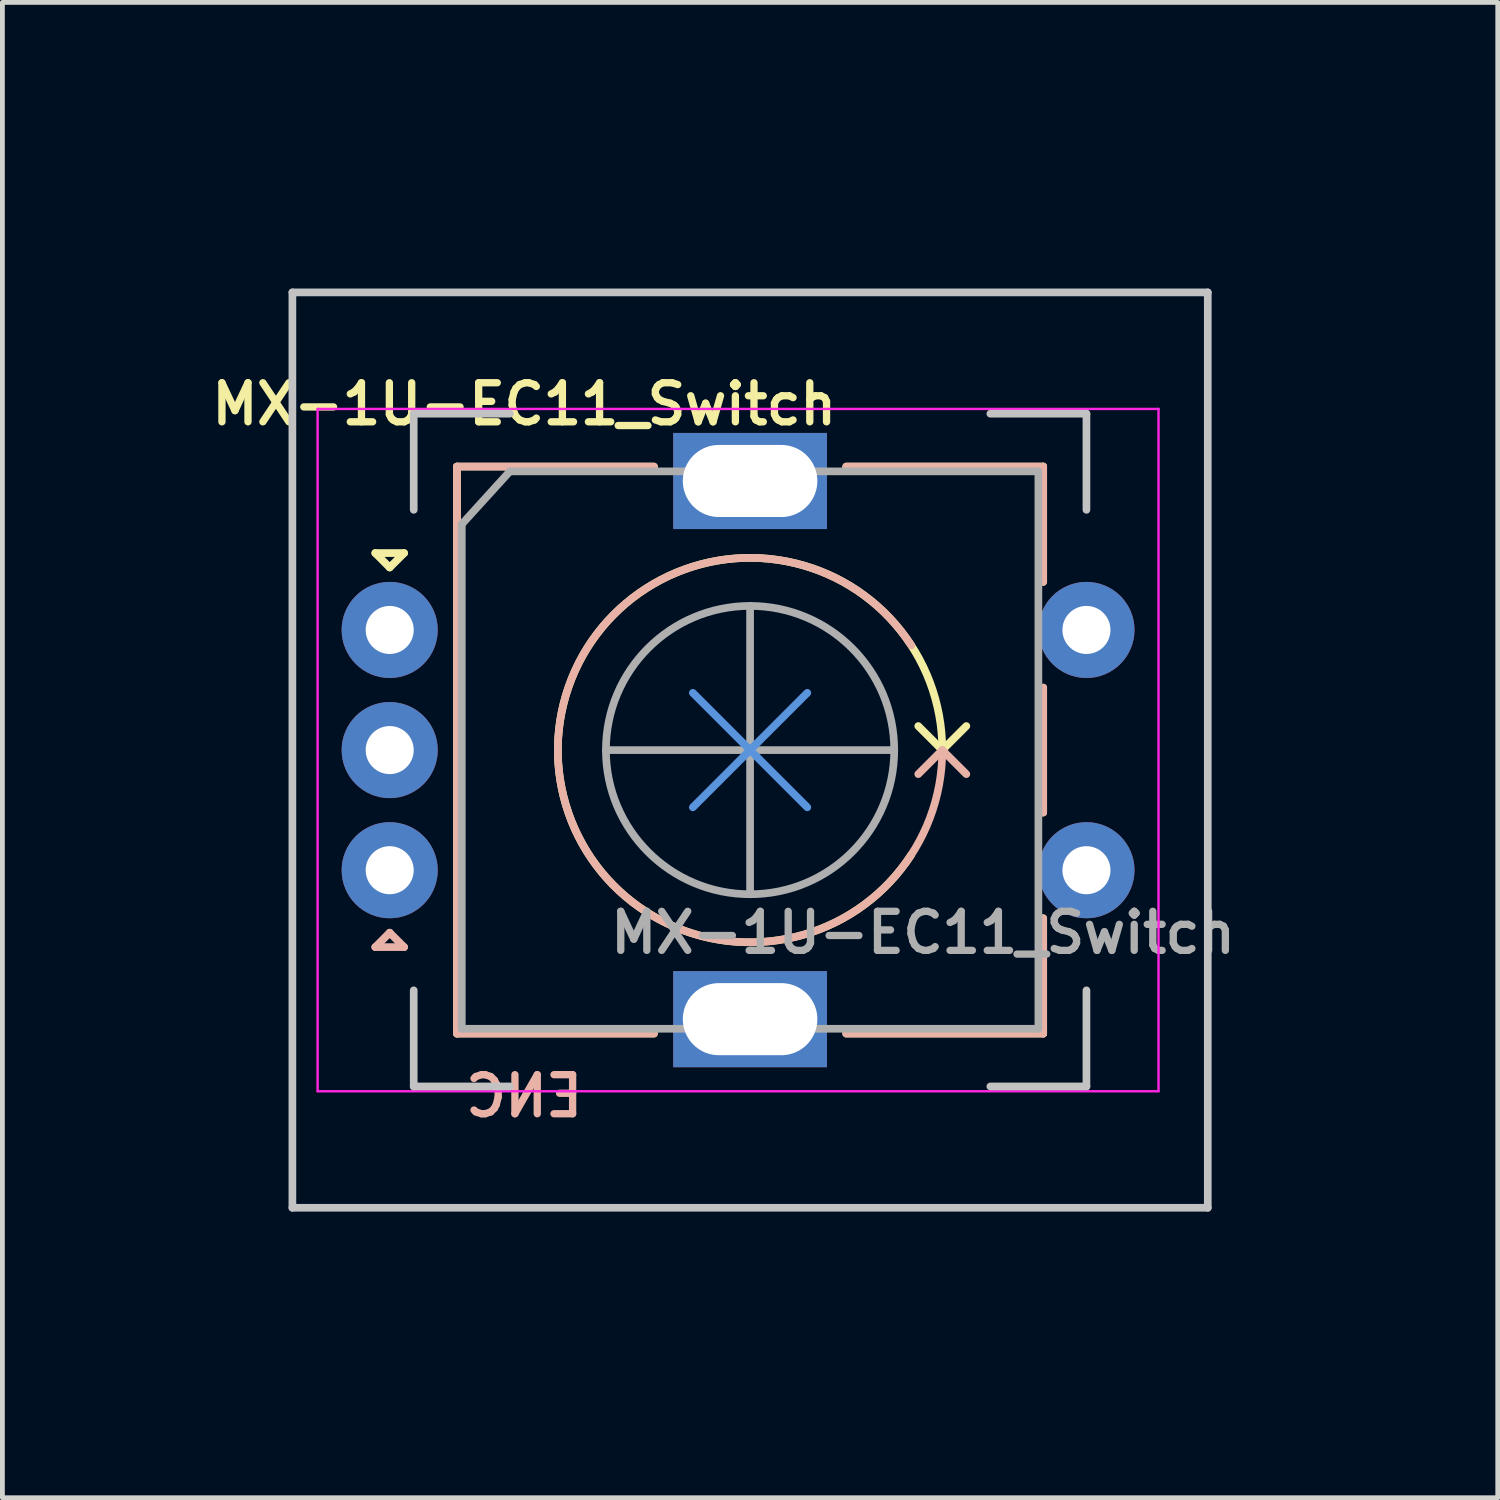
<source format=kicad_pcb>
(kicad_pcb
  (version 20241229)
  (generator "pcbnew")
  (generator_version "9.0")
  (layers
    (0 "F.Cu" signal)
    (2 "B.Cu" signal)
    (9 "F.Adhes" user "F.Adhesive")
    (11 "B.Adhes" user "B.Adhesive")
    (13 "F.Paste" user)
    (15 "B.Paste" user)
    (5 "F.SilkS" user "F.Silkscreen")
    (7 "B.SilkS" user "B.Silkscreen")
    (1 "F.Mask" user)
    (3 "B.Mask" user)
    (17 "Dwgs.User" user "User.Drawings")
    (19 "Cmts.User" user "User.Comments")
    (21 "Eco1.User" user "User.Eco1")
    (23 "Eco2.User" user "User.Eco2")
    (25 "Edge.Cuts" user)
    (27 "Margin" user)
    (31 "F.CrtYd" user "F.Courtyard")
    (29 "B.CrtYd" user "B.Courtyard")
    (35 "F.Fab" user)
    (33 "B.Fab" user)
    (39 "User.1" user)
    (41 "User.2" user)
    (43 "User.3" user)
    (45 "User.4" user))
  (footprint "MX-1U-EC11_Switch"
    (layer "F.Cu")
    (at 12.56 12.56)
    (property "Reference" "MX-1U-EC11_Switch" (at -4.7 -7.2 0) (layer "F.SilkS") (effects (font (size 0.813 0.813) (thickness 0.152))))
    (attr through_hole)
    (fp_line (start -7.8 -4.1) (end -7.2 -4.1) (stroke (width 0.16) (type solid)) (layer "F.SilkS"))
    (fp_line (start -7.5 -3.8) (end -7.8 -4.1) (stroke (width 0.16) (type solid)) (layer "F.SilkS"))
    (fp_line (start -7.2 -4.1) (end -7.5 -3.8) (stroke (width 0.16) (type solid)) (layer "F.SilkS"))
    (fp_line (start -6.1 -5.9) (end -6.1 5.9) (stroke (width 0.16) (type solid)) (layer "F.SilkS"))
    (fp_line (start -2 -5.9) (end -6.1 -5.9) (stroke (width 0.16) (type solid)) (layer "F.SilkS"))
    (fp_line (start -2 5.9) (end -6.1 5.9) (stroke (width 0.16) (type solid)) (layer "F.SilkS"))
    (fp_line (start 2 -5.9) (end 6.1 -5.9) (stroke (width 0.16) (type solid)) (layer "F.SilkS"))
    (fp_line (start 4 0) (end 3.5 -0.5) (stroke (width 0.16) (type solid)) (layer "F.SilkS"))
    (fp_line (start 4 0) (end 4.5 -0.5) (stroke (width 0.16) (type solid)) (layer "F.SilkS"))
    (fp_line (start 6.1 -5.9) (end 6.1 -3.5) (stroke (width 0.16) (type solid)) (layer "F.SilkS"))
    (fp_line (start 6.1 -1.3) (end 6.1 1.3) (stroke (width 0.16) (type solid)) (layer "F.SilkS"))
    (fp_line (start 6.1 3.5) (end 6.1 5.9) (stroke (width 0.16) (type solid)) (layer "F.SilkS"))
    (fp_line (start 6.1 5.9) (end 2 5.9) (stroke (width 0.16) (type solid)) (layer "F.SilkS"))
    (fp_arc (start 3.354682 2.178556) (mid -3.835279 -1.136061) (end 4 0) (stroke (width 0.16) (type solid)) (layer "F.SilkS"))
    (fp_line (start -7.8 4.1) (end -7.2 4.1) (stroke (width 0.16) (type solid)) (layer "B.SilkS"))
    (fp_line (start -7.5 3.8) (end -7.8 4.1) (stroke (width 0.16) (type solid)) (layer "B.SilkS"))
    (fp_line (start -7.2 4.1) (end -7.5 3.8) (stroke (width 0.16) (type solid)) (layer "B.SilkS"))
    (fp_line (start -6.1 5.9) (end -6.1 -5.9) (stroke (width 0.16) (type solid)) (layer "B.SilkS"))
    (fp_line (start -2 -5.9) (end -6.1 -5.9) (stroke (width 0.16) (type solid)) (layer "B.SilkS"))
    (fp_line (start -2 5.9) (end -6.1 5.9) (stroke (width 0.16) (type solid)) (layer "B.SilkS"))
    (fp_line (start 2 5.9) (end 6.1 5.9) (stroke (width 0.16) (type solid)) (layer "B.SilkS"))
    (fp_line (start 4 0) (end 3.5 0.5) (stroke (width 0.16) (type solid)) (layer "B.SilkS"))
    (fp_line (start 4 0) (end 4.5 0.5) (stroke (width 0.16) (type solid)) (layer "B.SilkS"))
    (fp_line (start 6.1 -5.9) (end 2 -5.9) (stroke (width 0.16) (type solid)) (layer "B.SilkS"))
    (fp_line (start 6.1 -3.5) (end 6.1 -5.9) (stroke (width 0.16) (type solid)) (layer "B.SilkS"))
    (fp_line (start 6.1 1.3) (end 6.1 -1.3) (stroke (width 0.16) (type solid)) (layer "B.SilkS"))
    (fp_line (start 6.1 5.9) (end 6.1 3.5) (stroke (width 0.16) (type solid)) (layer "B.SilkS"))
    (fp_arc (start 4 0) (mid -3.835279 1.136061) (end 3.354682 -2.178556) (stroke (width 0.16) (type solid)) (layer "B.SilkS"))
    (fp_line (start -9.525 -9.525) (end 9.525 -9.525) (stroke (width 0.16) (type solid)) (layer "Dwgs.User"))
    (fp_line (start -9.525 9.525) (end -9.525 -9.525) (stroke (width 0.16) (type solid)) (layer "Dwgs.User"))
    (fp_line (start -7 -7) (end -7 -5) (stroke (width 0.16) (type solid)) (layer "Dwgs.User"))
    (fp_line (start -7 5) (end -7 7) (stroke (width 0.16) (type solid)) (layer "Dwgs.User"))
    (fp_line (start -7 7) (end -5 7) (stroke (width 0.16) (type solid)) (layer "Dwgs.User"))
    (fp_line (start -5 -7) (end -7 -7) (stroke (width 0.16) (type solid)) (layer "Dwgs.User"))
    (fp_line (start 5 -7) (end 7 -7) (stroke (width 0.16) (type solid)) (layer "Dwgs.User"))
    (fp_line (start 5 7) (end 7 7) (stroke (width 0.16) (type solid)) (layer "Dwgs.User"))
    (fp_line (start 7 -7) (end 7 -5) (stroke (width 0.16) (type solid)) (layer "Dwgs.User"))
    (fp_line (start 7 7) (end 7 5) (stroke (width 0.16) (type solid)) (layer "Dwgs.User"))
    (fp_line (start 9.525 -9.525) (end 9.525 9.525) (stroke (width 0.16) (type solid)) (layer "Dwgs.User"))
    (fp_line (start 9.525 9.525) (end -9.525 9.525) (stroke (width 0.16) (type solid)) (layer "Dwgs.User"))
    (fp_line (start -1.191 -1.191) (end 1.191 1.191) (stroke (width 0.16) (type solid)) (layer "Cmts.User"))
    (fp_line (start -1.191 1.191) (end 1.191 -1.191) (stroke (width 0.16) (type solid)) (layer "Cmts.User"))
    (fp_circle (center 0 0) (end 12.5 0) (stroke (width 0.12) (type solid)) (fill no) (layer "Eco1.User"))
    (fp_line (start -9 -7.1) (end -9 7.1) (stroke (width 0.05) (type solid)) (layer "F.CrtYd"))
    (fp_line (start -9 -7.1) (end 8.5 -7.1) (stroke (width 0.05) (type solid)) (layer "F.CrtYd"))
    (fp_line (start 8.5 7.1) (end -9 7.1) (stroke (width 0.05) (type solid)) (layer "F.CrtYd"))
    (fp_line (start 8.5 7.1) (end 8.5 -7.1) (stroke (width 0.05) (type solid)) (layer "F.CrtYd"))
    (fp_line (start -6 -4.7) (end -5 -5.8) (stroke (width 0.16) (type solid)) (layer "F.Fab"))
    (fp_line (start -6 5.8) (end -6 -4.7) (stroke (width 0.16) (type solid)) (layer "F.Fab"))
    (fp_line (start -5 -5.8) (end 6 -5.8) (stroke (width 0.16) (type solid)) (layer "F.Fab"))
    (fp_line (start -3 0) (end 3 0) (stroke (width 0.16) (type solid)) (layer "F.Fab"))
    (fp_line (start 0 -3) (end 0 3) (stroke (width 0.16) (type solid)) (layer "F.Fab"))
    (fp_line (start 6 -5.8) (end 6 5.8) (stroke (width 0.16) (type solid)) (layer "F.Fab"))
    (fp_line (start 6 5.8) (end -6 5.8) (stroke (width 0.16) (type solid)) (layer "F.Fab"))
    (fp_circle (center 0 0) (end 3 0) (stroke (width 0.16) (type solid)) (fill no) (layer "F.Fab"))
    (fp_text user "ENC" (at -4.7 7.2 180) (layer "B.SilkS") (effects (font (size 0.813 0.813) (thickness 0.152)) (justify mirror)))
    (fp_text user "${REFERENCE}" (at 3.6 3.8 0) (layer "F.Fab") (effects (font (size 0.813 0.813) (thickness 0.152))))
    (pad "A" thru_hole circle (at -7.5 -2.5) (size 2 2) (drill 1) (layers "*.Cu" "*.Mask"))
    (pad "B" thru_hole circle (at -7.5 2.5) (size 2 2) (drill 1) (layers "*.Cu" "*.Mask"))
    (pad "C" thru_hole circle (at -7.5 0) (size 2 2) (drill 1) (layers "*.Cu" "*.Mask"))
    (pad "MP" thru_hole rect (at 0 -5.6) (size 3.2 2) (drill oval 2.8 1.5) (layers "*.Cu" "*.Mask"))
    (pad "MP" thru_hole rect (at 0 5.6) (size 3.2 2) (drill oval 2.8 1.5) (layers "*.Cu" "*.Mask"))
    (pad "S1" thru_hole circle (at 7 2.5) (size 2 2) (drill 1) (layers "*.Cu" "*.Mask"))
    (pad "S2" thru_hole circle (at 7 -2.5) (size 2 2) (drill 1) (layers "*.Cu" "*.Mask")))
  (gr_rect
    (start -3 -3)
    (end 28.12 28.12)
    (stroke (width 0.1) (type default))
    (fill no)
    (layer "Edge.Cuts")))
</source>
